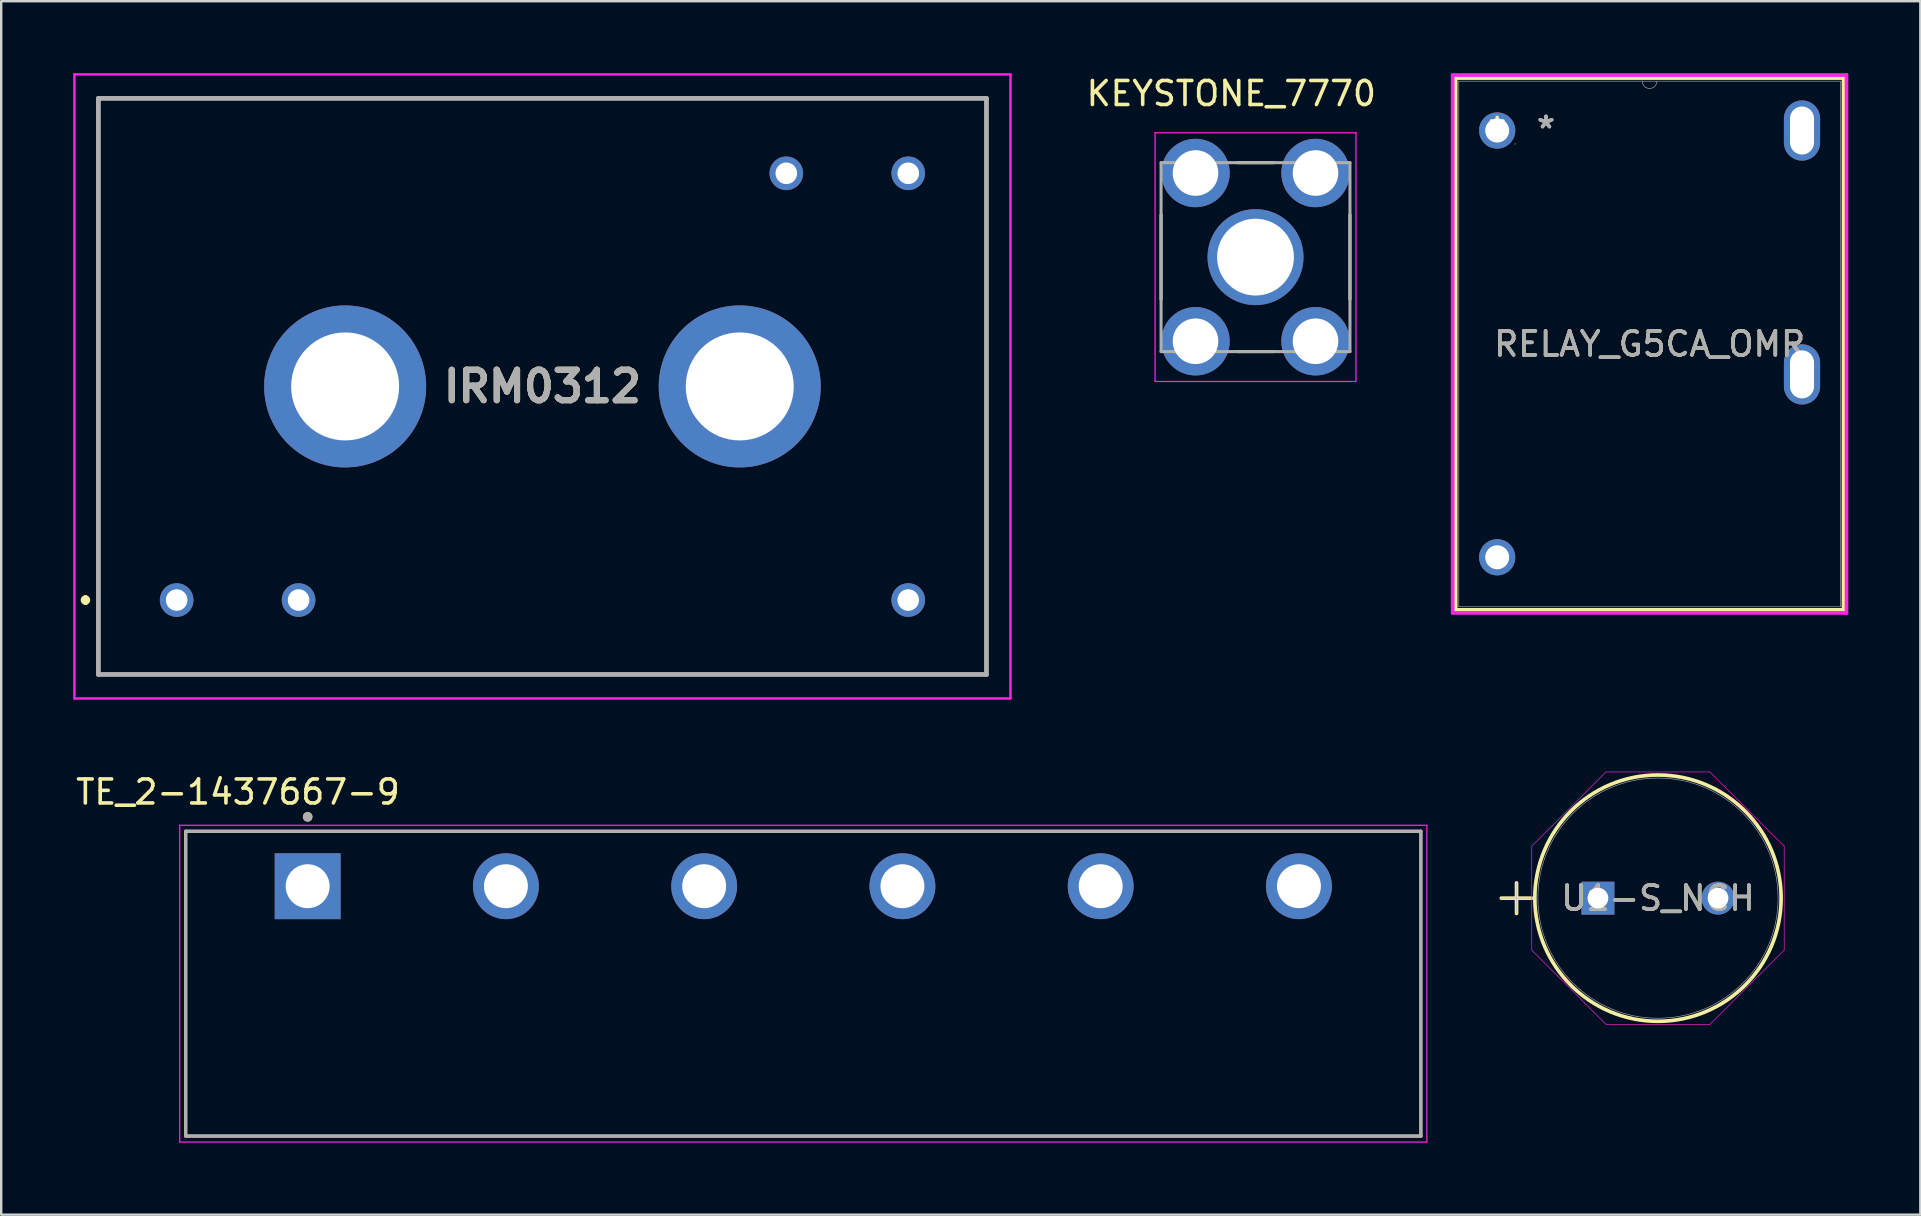
<source format=kicad_pcb>
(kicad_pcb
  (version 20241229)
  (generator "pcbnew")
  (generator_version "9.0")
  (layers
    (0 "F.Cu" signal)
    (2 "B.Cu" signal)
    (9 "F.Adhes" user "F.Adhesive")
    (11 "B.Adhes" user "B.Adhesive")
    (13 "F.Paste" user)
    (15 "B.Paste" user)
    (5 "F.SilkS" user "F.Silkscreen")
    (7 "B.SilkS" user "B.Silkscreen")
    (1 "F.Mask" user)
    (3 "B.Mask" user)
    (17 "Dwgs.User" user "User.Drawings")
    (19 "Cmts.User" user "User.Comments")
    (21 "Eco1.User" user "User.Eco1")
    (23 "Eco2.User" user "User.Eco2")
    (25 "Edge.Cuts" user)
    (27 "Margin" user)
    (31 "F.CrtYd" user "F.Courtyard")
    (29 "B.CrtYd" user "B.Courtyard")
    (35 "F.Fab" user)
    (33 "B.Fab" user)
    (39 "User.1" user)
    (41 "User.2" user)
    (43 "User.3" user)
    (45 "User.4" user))
  (footprint "TE_2-1437667-9"
    (layer "F.Cu")
    (at 30.418 33.873)
    (property "Reference" "TE_2-1437667-9" (at -23.555 -3.925 0) (layer "F.SilkS") (effects (font (size 1 1) (thickness 0.15))))
    (attr through_hole)
    (fp_line (start -25.73 -2.29) (end 25.73 -2.29) (stroke (width 0.127) (type solid)) (layer "F.SilkS"))
    (fp_line (start -25.73 10.41) (end -25.73 -2.29) (stroke (width 0.127) (type solid)) (layer "F.SilkS"))
    (fp_line (start 25.73 -2.29) (end 25.73 10.41) (stroke (width 0.127) (type solid)) (layer "F.SilkS"))
    (fp_line (start 25.73 10.41) (end -25.73 10.41) (stroke (width 0.127) (type solid)) (layer "F.SilkS"))
    (fp_circle (center -20.65 -2.89) (end -20.55 -2.89) (stroke (width 0.2) (type solid)) (fill no) (layer "F.SilkS"))
    (fp_line (start -25.98 -2.54) (end 25.98 -2.54) (stroke (width 0.05) (type solid)) (layer "F.CrtYd"))
    (fp_line (start -25.98 10.66) (end -25.98 -2.54) (stroke (width 0.05) (type solid)) (layer "F.CrtYd"))
    (fp_line (start 25.98 -2.54) (end 25.98 10.66) (stroke (width 0.05) (type solid)) (layer "F.CrtYd"))
    (fp_line (start 25.98 10.66) (end -25.98 10.66) (stroke (width 0.05) (type solid)) (layer "F.CrtYd"))
    (fp_line (start -25.73 -2.29) (end 25.73 -2.29) (stroke (width 0.127) (type solid)) (layer "F.Fab"))
    (fp_line (start -25.73 10.41) (end -25.73 -2.29) (stroke (width 0.127) (type solid)) (layer "F.Fab"))
    (fp_line (start 25.73 -2.29) (end 25.73 10.41) (stroke (width 0.127) (type solid)) (layer "F.Fab"))
    (fp_line (start 25.73 10.41) (end -25.73 10.41) (stroke (width 0.127) (type solid)) (layer "F.Fab"))
    (fp_circle (center -20.65 -2.89) (end -20.55 -2.89) (stroke (width 0.2) (type solid)) (fill no) (layer "F.Fab"))
    (pad "1" thru_hole rect (at -20.65 0) (size 2.745 2.745) (drill 1.83) (layers "*.Cu" "*.Mask"))
    (pad "2" thru_hole circle (at -12.39 0) (size 2.745 2.745) (drill 1.83) (layers "*.Cu" "*.Mask"))
    (pad "3" thru_hole circle (at -4.13 0) (size 2.745 2.745) (drill 1.83) (layers "*.Cu" "*.Mask"))
    (pad "4" thru_hole circle (at 4.13 0) (size 2.745 2.745) (drill 1.83) (layers "*.Cu" "*.Mask"))
    (pad "5" thru_hole circle (at 12.39 0) (size 2.745 2.745) (drill 1.83) (layers "*.Cu" "*.Mask"))
    (pad "6" thru_hole circle (at 20.65 0) (size 2.745 2.745) (drill 1.83) (layers "*.Cu" "*.Mask")))
  (footprint "KEYSTONE_7770"
    (layer "F.Cu")
    (at 49.259 7.663)
    (property "Reference" "KEYSTONE_7770" (at -1.01 -6.815 0) (layer "F.SilkS") (effects (font (size 1 1) (thickness 0.15))))
    (attr through_hole)
    (fp_line (start -3.935 -1.76) (end -3.935 1.76) (stroke (width 0.127) (type solid)) (layer "F.SilkS"))
    (fp_line (start -0.755 -3.935) (end 0.755 -3.935) (stroke (width 0.127) (type solid)) (layer "F.SilkS"))
    (fp_line (start -0.755 3.935) (end 0.755 3.935) (stroke (width 0.127) (type solid)) (layer "F.SilkS"))
    (fp_line (start 3.935 -1.76) (end 3.935 1.76) (stroke (width 0.127) (type solid)) (layer "F.SilkS"))
    (fp_line (start -4.185 -5.18) (end -4.185 5.18) (stroke (width 0.05) (type solid)) (layer "F.CrtYd"))
    (fp_line (start -4.185 5.18) (end 4.185 5.18) (stroke (width 0.05) (type solid)) (layer "F.CrtYd"))
    (fp_line (start 4.185 -5.18) (end -4.185 -5.18) (stroke (width 0.05) (type solid)) (layer "F.CrtYd"))
    (fp_line (start 4.185 5.18) (end 4.185 -5.18) (stroke (width 0.05) (type solid)) (layer "F.CrtYd"))
    (fp_line (start -3.935 -3.935) (end -3.935 3.935) (stroke (width 0.127) (type solid)) (layer "F.Fab"))
    (fp_line (start -3.935 3.935) (end 3.935 3.935) (stroke (width 0.127) (type solid)) (layer "F.Fab"))
    (fp_line (start 3.935 -3.935) (end -3.935 -3.935) (stroke (width 0.127) (type solid)) (layer "F.Fab"))
    (fp_line (start 3.935 3.935) (end 3.935 -3.935) (stroke (width 0.127) (type solid)) (layer "F.Fab"))
    (pad "1" thru_hole circle (at -2.5 -3.505) (size 2.85 2.85) (drill 1.9) (layers "*.Cu" "*.Mask"))
    (pad "1" thru_hole circle (at -2.5 3.505) (size 2.85 2.85) (drill 1.9) (layers "*.Cu" "*.Mask"))
    (pad "1" thru_hole circle (at 0 0) (size 4 4) (drill 3.2) (layers "*.Cu" "*.Mask"))
    (pad "1" thru_hole circle (at 2.5 -3.505) (size 2.85 2.85) (drill 1.9) (layers "*.Cu" "*.Mask"))
    (pad "1" thru_hole circle (at 2.5 3.505) (size 2.85 2.85) (drill 1.9) (layers "*.Cu" "*.Mask")))
  (footprint "IRM0312"
    (layer "F.Cu")
    (at 4.31 21.95)
    (property "Reference" "IRM0312" (at 15.24 -8.9 0) (layer "F.SilkS") (effects (font (size 1.27 1.27) (thickness 0.254))))
    (attr through_hole)
    (fp_line (start -3.8 -0.1) (end -3.8 -0.1) (stroke (width 0.2) (type solid)) (layer "F.SilkS"))
    (fp_line (start -3.8 0.1) (end -3.8 0.1) (stroke (width 0.2) (type solid)) (layer "F.SilkS"))
    (fp_line (start -3.26 -20.9) (end -3.26 3.1) (stroke (width 0.1) (type solid)) (layer "F.SilkS"))
    (fp_line (start -3.26 3.1) (end 33.74 3.1) (stroke (width 0.1) (type solid)) (layer "F.SilkS"))
    (fp_line (start 33.74 -20.9) (end -3.26 -20.9) (stroke (width 0.1) (type solid)) (layer "F.SilkS"))
    (fp_line (start 33.74 3.1) (end 33.74 -20.9) (stroke (width 0.1) (type solid)) (layer "F.SilkS"))
    (fp_arc (start -3.8 -0.1) (mid -3.7 0) (end -3.8 0.1) (stroke (width 0.2) (type solid)) (layer "F.SilkS"))
    (fp_arc (start -3.8 0.1) (mid -3.9 0) (end -3.8 -0.1) (stroke (width 0.2) (type solid)) (layer "F.SilkS"))
    (fp_line (start -4.26 -21.9) (end -4.26 4.1) (stroke (width 0.1) (type solid)) (layer "F.CrtYd"))
    (fp_line (start -4.26 4.1) (end 34.74 4.1) (stroke (width 0.1) (type solid)) (layer "F.CrtYd"))
    (fp_line (start 34.74 -21.9) (end -4.26 -21.9) (stroke (width 0.1) (type solid)) (layer "F.CrtYd"))
    (fp_line (start 34.74 4.1) (end 34.74 -21.9) (stroke (width 0.1) (type solid)) (layer "F.CrtYd"))
    (fp_line (start -3.26 -20.9) (end -3.26 3.1) (stroke (width 0.2) (type solid)) (layer "F.Fab"))
    (fp_line (start -3.26 3.1) (end 33.74 3.1) (stroke (width 0.2) (type solid)) (layer "F.Fab"))
    (fp_line (start 33.74 -20.9) (end -3.26 -20.9) (stroke (width 0.2) (type solid)) (layer "F.Fab"))
    (fp_line (start 33.74 3.1) (end 33.74 -20.9) (stroke (width 0.2) (type solid)) (layer "F.Fab"))
    (fp_text user "${REFERENCE}" (at 15.24 -8.9 0) (layer "F.Fab") (effects (font (size 1.27 1.27) (thickness 0.254))))
    (pad "1" thru_hole circle (at 0 0) (size 1.4 1.4) (drill 0.9) (layers "*.Cu" "*.Mask"))
    (pad "2" thru_hole circle (at 5.08 0) (size 1.4 1.4) (drill 0.9) (layers "*.Cu" "*.Mask"))
    (pad "3" thru_hole circle (at 30.48 0) (size 1.4 1.4) (drill 0.9) (layers "*.Cu" "*.Mask"))
    (pad "4" thru_hole circle (at 30.48 -17.78) (size 1.4 1.4) (drill 0.9) (layers "*.Cu" "*.Mask"))
    (pad "5" thru_hole circle (at 25.4 -17.78) (size 1.4 1.4) (drill 0.9) (layers "*.Cu" "*.Mask"))
    (pad "6" thru_hole circle (at 7.02 -8.9) (size 6.75 6.75) (drill 4.5) (layers "*.Cu" "*.Mask"))
    (pad "7" thru_hole circle (at 23.46 -8.9) (size 6.75 6.75) (drill 4.5) (layers "*.Cu" "*.Mask")))
  (footprint "U1-S_NCH"
    (layer "F.Cu")
    (at 63.525 34.37)
    (property "Reference" "U1-S_NCH" (at 2.502 0 0) (unlocked yes) (layer "F.SilkS") (effects (font (size 1 1) (thickness 0.15))))
    (attr through_hole)
    (fp_line (start -4.026 0) (end -2.756 0) (stroke (width 0.152) (type solid)) (layer "F.SilkS"))
    (fp_line (start -3.391 -0.635) (end -3.391 0.635) (stroke (width 0.152) (type solid)) (layer "F.SilkS"))
    (fp_circle (center 2.502 0) (end 7.633 0) (stroke (width 0.152) (type solid)) (fill no) (layer "F.SilkS"))
    (fp_line (start -2.756 -2.165) (end 0.337 -5.258) (stroke (width 0.025) (type solid)) (layer "F.CrtYd"))
    (fp_line (start -2.756 2.165) (end -2.756 -2.165) (stroke (width 0.025) (type solid)) (layer "F.CrtYd"))
    (fp_line (start 0.337 -5.258) (end 4.667 -5.258) (stroke (width 0.025) (type solid)) (layer "F.CrtYd"))
    (fp_line (start 0.337 5.258) (end -2.756 2.165) (stroke (width 0.025) (type solid)) (layer "F.CrtYd"))
    (fp_line (start 4.667 -5.258) (end 7.76 -2.165) (stroke (width 0.025) (type solid)) (layer "F.CrtYd"))
    (fp_line (start 4.667 5.258) (end 0.337 5.258) (stroke (width 0.025) (type solid)) (layer "F.CrtYd"))
    (fp_line (start 7.76 -2.165) (end 7.76 2.165) (stroke (width 0.025) (type solid)) (layer "F.CrtYd"))
    (fp_line (start 7.76 2.165) (end 4.667 5.258) (stroke (width 0.025) (type solid)) (layer "F.CrtYd"))
    (fp_line (start -4.026 0) (end -2.756 0) (stroke (width 0.025) (type solid)) (layer "F.Fab"))
    (fp_line (start -3.391 -0.635) (end -3.391 0.635) (stroke (width 0.025) (type solid)) (layer "F.Fab"))
    (fp_circle (center 2.502 0) (end 7.506 0) (stroke (width 0.025) (type solid)) (fill no) (layer "F.Fab"))
    (fp_text user "${REFERENCE}" (at 2.502 0 0) (unlocked yes) (layer "F.Fab") (effects (font (size 1 1) (thickness 0.15))))
    (pad "1" thru_hole rect (at 0 0) (size 1.372 1.372) (drill 0.864) (layers "*.Cu" "*.Mask"))
    (pad "2" thru_hole circle (at 5.004 0) (size 1.372 1.372) (drill 0.864) (layers "*.Cu" "*.Mask")))
  (footprint "RELAY_G5CA_OMR"
    (layer "F.Cu")
    (at 59.328 2.388)
    (property "Reference" "RELAY_G5CA_OMR" (at 6.35 8.893 0) (unlocked yes) (layer "F.SilkS") (effects (font (size 1 1) (thickness 0.15))))
    (attr through_hole)
    (fp_line (start -1.727 -2.184) (end -1.727 19.97) (stroke (width 0.152) (type solid)) (layer "F.SilkS"))
    (fp_line (start -1.727 19.97) (end 14.427 19.97) (stroke (width 0.152) (type solid)) (layer "F.SilkS"))
    (fp_line (start 14.427 -2.184) (end -1.727 -2.184) (stroke (width 0.152) (type solid)) (layer "F.SilkS"))
    (fp_line (start 14.427 19.97) (end 14.427 -2.184) (stroke (width 0.152) (type solid)) (layer "F.SilkS"))
    (fp_line (start -1.854 -2.311) (end 14.554 -2.311) (stroke (width 0.152) (type solid)) (layer "F.CrtYd"))
    (fp_line (start -1.854 20.097) (end -1.854 -2.311) (stroke (width 0.152) (type solid)) (layer "F.CrtYd"))
    (fp_line (start 14.554 -2.311) (end 14.554 20.097) (stroke (width 0.152) (type solid)) (layer "F.CrtYd"))
    (fp_line (start 14.554 20.097) (end -1.854 20.097) (stroke (width 0.152) (type solid)) (layer "F.CrtYd"))
    (fp_line (start -1.6 -2.057) (end -1.6 19.843) (stroke (width 0.025) (type solid)) (layer "F.Fab"))
    (fp_line (start -1.6 19.843) (end 14.3 19.843) (stroke (width 0.025) (type solid)) (layer "F.Fab"))
    (fp_line (start 14.3 -2.057) (end -1.6 -2.057) (stroke (width 0.025) (type solid)) (layer "F.Fab"))
    (fp_line (start 14.3 19.843) (end 14.3 -2.057) (stroke (width 0.025) (type solid)) (layer "F.Fab"))
    (fp_arc (start 6.6548 -2.0574) (mid 6.35 -1.7526) (end 6.0452 -2.0574) (stroke (width 0.0254) (type solid)) (layer "F.Fab"))
    (fp_circle (center 0.749 0.559) (end 0.749 0.559) (stroke (width 0.025) (type solid)) (fill no) (layer "F.Fab"))
    (fp_text user "*" (at 0 0 0) (layer "F.SilkS") (effects (font (size 1 1) (thickness 0.15))))
    (fp_text user "*" (at 2.032 -0.046 0) (layer "F.Fab") (effects (font (size 1 1) (thickness 0.15))))
    (fp_text user "*" (at 2.032 -0.046 0) (unlocked yes) (layer "F.Fab") (effects (font (size 1 1) (thickness 0.15))))
    (fp_text user "${REFERENCE}" (at 6.35 8.893 0) (unlocked yes) (layer "F.Fab") (effects (font (size 1 1) (thickness 0.15))))
    (pad "1" thru_hole circle (at 0 0) (size 1.508 1.508) (drill 1) (layers "*.Cu" "*.Mask"))
    (pad "2" thru_hole circle (at 0 17.78) (size 1.508 1.508) (drill 1) (layers "*.Cu" "*.Mask"))
    (pad "3" thru_hole oval (at 12.7 10.16 90) (size 2.508 1.508) (drill oval 2 1) (layers "*.Cu" "*.Mask"))
    (pad "4" thru_hole oval (at 12.7 0 90) (size 2.508 1.508) (drill oval 2 1) (layers "*.Cu" "*.Mask")))
  (gr_rect
    (start -3 -3)
    (end 76.958 47.558)
    (stroke (width 0.1) (type default))
    (fill no)
    (layer "Edge.Cuts")))
</source>
